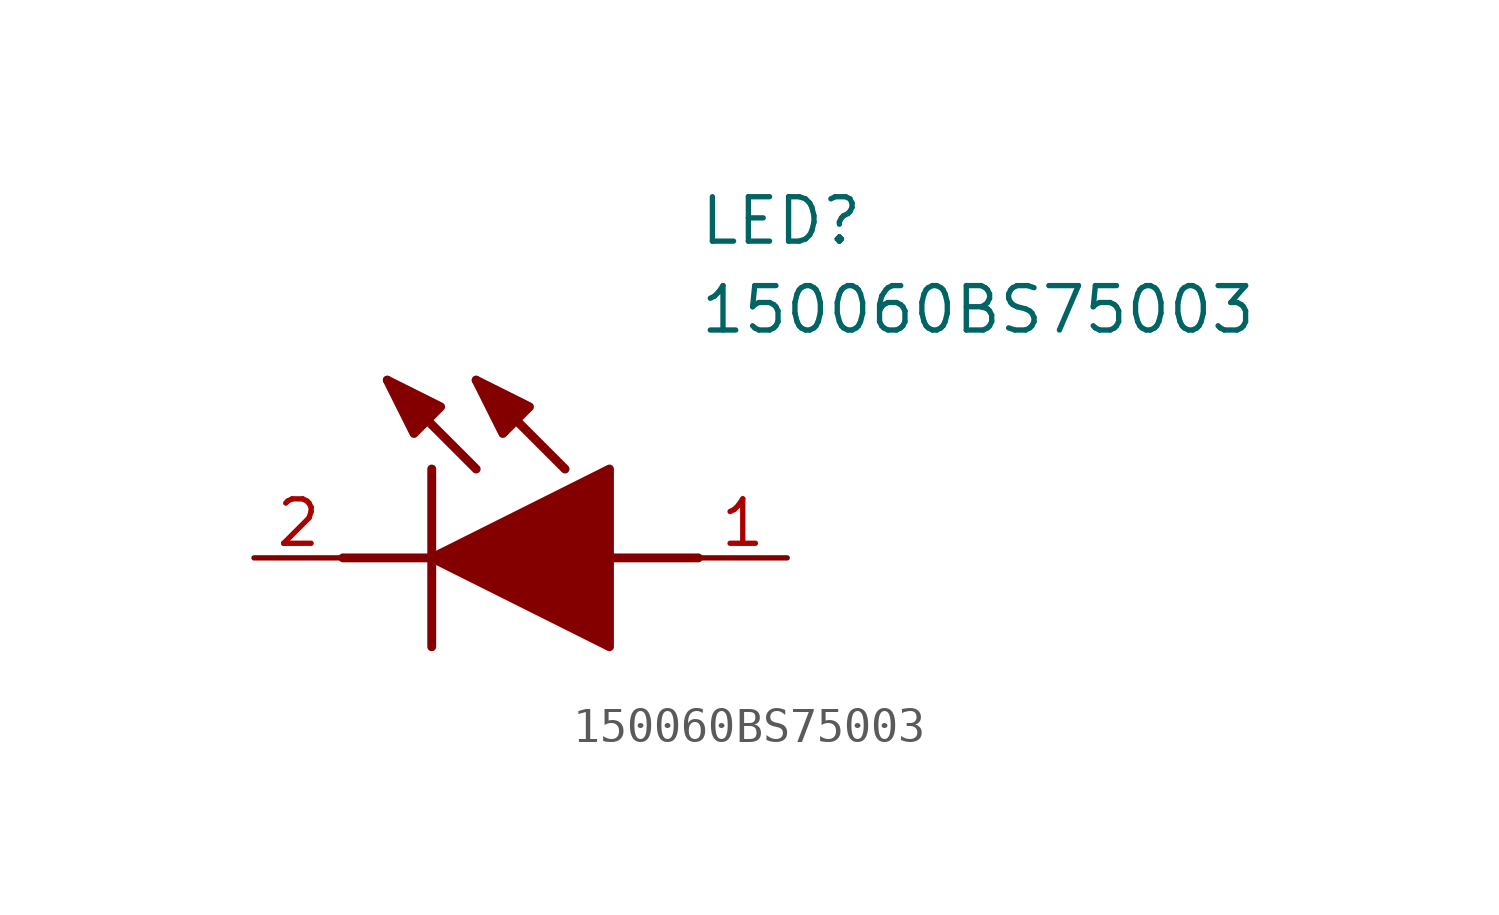
<source format=kicad_sym>
(kicad_symbol_lib
  (version 20211014)
  (generator SamacSys_ECAD_Model)
  (symbol "150060BS75003"
    (pin_names hide)
    (property "Reference" "LED"
      (at 12.7 8.89 0)
      (effects (font (size 1.27 1.27)) (justify left bottom)))
    (property "Value" "150060BS75003"
      (at 12.7 6.35 0)
      (effects (font (size 1.27 1.27)) (justify left bottom)))
    (polyline
      (pts (xy 5.08 2.54) (xy 5.08 -2.54))
      (stroke (width 0.254) (type default))
      (fill (type none)))
    (polyline
      (pts (xy 6.35 2.54) (xy 3.81 5.08))
      (stroke (width 0.254) (type default))
      (fill (type none)))
    (polyline
      (pts (xy 8.89 2.54) (xy 6.35 5.08))
      (stroke (width 0.254) (type default))
      (fill (type none)))
    (polyline
      (pts (xy 2.54 0) (xy 5.08 0))
      (stroke (width 0.254) (type default))
      (fill (type none)))
    (polyline
      (pts (xy 10.16 0) (xy 12.7 0))
      (stroke (width 0.254) (type default))
      (fill (type none)))
    (polyline
      (pts (xy 5.08 0) (xy 10.16 2.54) (xy 10.16 -2.54) (xy 5.08 0))
      (stroke (width 0.254) (type default))
      (fill (type outline)))
    (polyline
      (pts (xy 5.334 4.318) (xy 4.572 3.556) (xy 3.81 5.08) (xy 5.334 4.318))
      (stroke (width 0.254) (type default))
      (fill (type outline)))
    (polyline
      (pts (xy 7.874 4.318) (xy 7.112 3.556) (xy 6.35 5.08) (xy 7.874 4.318))
      (stroke (width 0.254) (type default))
      (fill (type outline)))
    (pin passive line
      (at 0 0 0)
      (length 2.54)
      (name "K" (effects (font (size 1.27 1.27))))
      (number "2" (effects (font (size 1.27 1.27)))))
    (pin passive line
      (at 15.24 0 180)
      (length 2.54)
      (name "A" (effects (font (size 1.27 1.27))))
      (number "1" (effects (font (size 1.27 1.27)))))))
</source>
